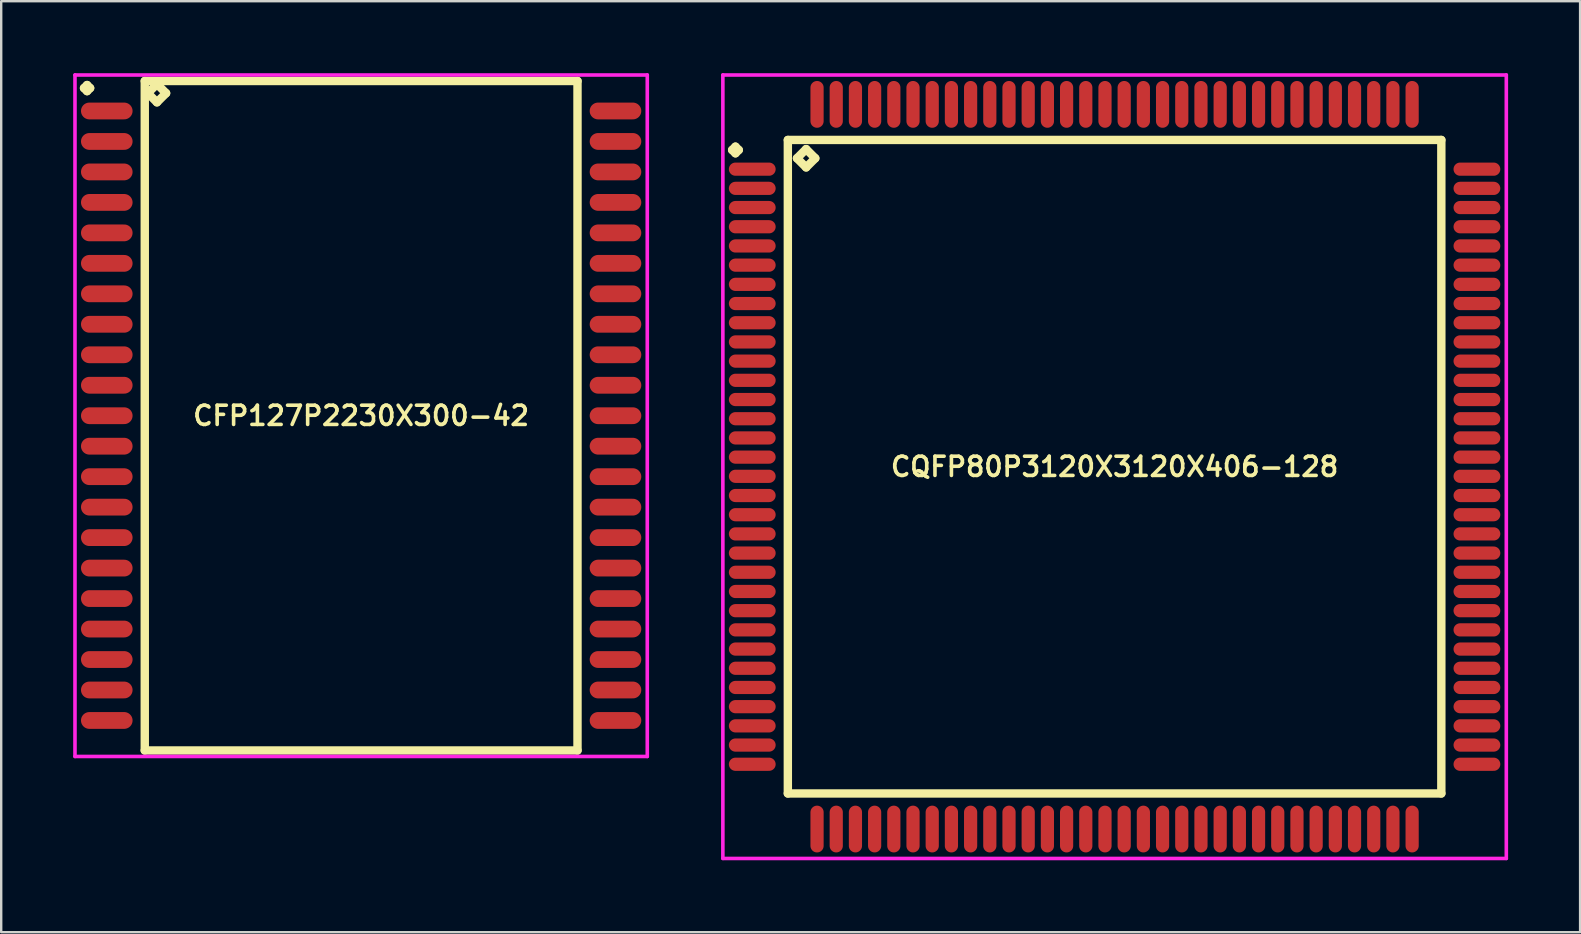
<source format=kicad_pcb>
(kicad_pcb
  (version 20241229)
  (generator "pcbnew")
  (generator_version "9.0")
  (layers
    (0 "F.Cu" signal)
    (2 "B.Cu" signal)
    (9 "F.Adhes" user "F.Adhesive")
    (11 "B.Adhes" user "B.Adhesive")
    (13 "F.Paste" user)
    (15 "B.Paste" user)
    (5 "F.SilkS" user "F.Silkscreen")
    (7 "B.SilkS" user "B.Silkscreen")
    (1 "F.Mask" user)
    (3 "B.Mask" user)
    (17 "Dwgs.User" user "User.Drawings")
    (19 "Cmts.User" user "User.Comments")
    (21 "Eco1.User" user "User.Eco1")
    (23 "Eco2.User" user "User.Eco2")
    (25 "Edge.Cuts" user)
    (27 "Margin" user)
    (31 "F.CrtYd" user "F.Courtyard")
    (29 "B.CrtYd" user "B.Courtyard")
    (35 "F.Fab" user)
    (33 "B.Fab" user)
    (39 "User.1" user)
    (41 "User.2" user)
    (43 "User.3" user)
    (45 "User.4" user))
  (footprint "CFP127P2230X300-42"
    (layer "F.Cu")
    (at 12 14.275)
    (property "Reference" "CFP127P2230X300-42" (at 0 0 0) (layer "F.SilkS") (effects (font (size 0.8 0.8) (thickness 0.15))))
    (attr smd)
    (fp_line (start -11.548 -13.654) (end -11.421 -13.781) (stroke (width 0.35) (type solid)) (layer "F.SilkS"))
    (fp_line (start -11.421 -13.781) (end -11.294 -13.654) (stroke (width 0.35) (type solid)) (layer "F.SilkS"))
    (fp_line (start -11.421 -13.527) (end -11.548 -13.654) (stroke (width 0.35) (type solid)) (layer "F.SilkS"))
    (fp_line (start -11.294 -13.654) (end -11.421 -13.527) (stroke (width 0.35) (type solid)) (layer "F.SilkS"))
    (fp_line (start -9.017 -13.95) (end -9.017 13.95) (stroke (width 0.35) (type solid)) (layer "F.SilkS"))
    (fp_line (start -9.017 13.95) (end 9.017 13.95) (stroke (width 0.35) (type solid)) (layer "F.SilkS"))
    (fp_line (start -8.89 -13.442) (end -8.509 -13.823) (stroke (width 0.35) (type solid)) (layer "F.SilkS"))
    (fp_line (start -8.509 -13.823) (end -8.128 -13.442) (stroke (width 0.35) (type solid)) (layer "F.SilkS"))
    (fp_line (start -8.509 -13.061) (end -8.89 -13.442) (stroke (width 0.35) (type solid)) (layer "F.SilkS"))
    (fp_line (start -8.128 -13.442) (end -8.509 -13.061) (stroke (width 0.35) (type solid)) (layer "F.SilkS"))
    (fp_line (start 9.017 -13.95) (end -9.017 -13.95) (stroke (width 0.35) (type solid)) (layer "F.SilkS"))
    (fp_line (start 9.017 13.95) (end 9.017 -13.95) (stroke (width 0.35) (type solid)) (layer "F.SilkS"))
    (fp_line (start -11.925 -14.2) (end 11.925 -14.2) (stroke (width 0.15) (type solid)) (layer "F.CrtYd"))
    (fp_line (start -11.925 14.2) (end -11.925 -14.2) (stroke (width 0.15) (type solid)) (layer "F.CrtYd"))
    (fp_line (start 11.925 -14.2) (end 11.925 14.2) (stroke (width 0.15) (type solid)) (layer "F.CrtYd"))
    (fp_line (start 11.925 14.2) (end -11.925 14.2) (stroke (width 0.15) (type solid)) (layer "F.CrtYd"))
    (pad "1" smd oval (at -10.6 -12.7) (size 2.15 0.7) (layers "F.Cu" "F.Mask" "F.Paste"))
    (pad "2" smd oval (at -10.6 -11.43) (size 2.15 0.7) (layers "F.Cu" "F.Mask" "F.Paste"))
    (pad "3" smd oval (at -10.6 -10.16) (size 2.15 0.7) (layers "F.Cu" "F.Mask" "F.Paste"))
    (pad "4" smd oval (at -10.6 -8.89) (size 2.15 0.7) (layers "F.Cu" "F.Mask" "F.Paste"))
    (pad "5" smd oval (at -10.6 -7.62) (size 2.15 0.7) (layers "F.Cu" "F.Mask" "F.Paste"))
    (pad "6" smd oval (at -10.6 -6.35) (size 2.15 0.7) (layers "F.Cu" "F.Mask" "F.Paste"))
    (pad "7" smd oval (at -10.6 -5.08) (size 2.15 0.7) (layers "F.Cu" "F.Mask" "F.Paste"))
    (pad "8" smd oval (at -10.6 -3.81) (size 2.15 0.7) (layers "F.Cu" "F.Mask" "F.Paste"))
    (pad "9" smd oval (at -10.6 -2.54) (size 2.15 0.7) (layers "F.Cu" "F.Mask" "F.Paste"))
    (pad "10" smd oval (at -10.6 -1.27) (size 2.15 0.7) (layers "F.Cu" "F.Mask" "F.Paste"))
    (pad "11" smd oval (at -10.6 0) (size 2.15 0.7) (layers "F.Cu" "F.Mask" "F.Paste"))
    (pad "12" smd oval (at -10.6 1.27) (size 2.15 0.7) (layers "F.Cu" "F.Mask" "F.Paste"))
    (pad "13" smd oval (at -10.6 2.54) (size 2.15 0.7) (layers "F.Cu" "F.Mask" "F.Paste"))
    (pad "14" smd oval (at -10.6 3.81) (size 2.15 0.7) (layers "F.Cu" "F.Mask" "F.Paste"))
    (pad "15" smd oval (at -10.6 5.08) (size 2.15 0.7) (layers "F.Cu" "F.Mask" "F.Paste"))
    (pad "16" smd oval (at -10.6 6.35) (size 2.15 0.7) (layers "F.Cu" "F.Mask" "F.Paste"))
    (pad "17" smd oval (at -10.6 7.62) (size 2.15 0.7) (layers "F.Cu" "F.Mask" "F.Paste"))
    (pad "18" smd oval (at -10.6 8.89) (size 2.15 0.7) (layers "F.Cu" "F.Mask" "F.Paste"))
    (pad "19" smd oval (at -10.6 10.16) (size 2.15 0.7) (layers "F.Cu" "F.Mask" "F.Paste"))
    (pad "20" smd oval (at -10.6 11.43) (size 2.15 0.7) (layers "F.Cu" "F.Mask" "F.Paste"))
    (pad "21" smd oval (at -10.6 12.7) (size 2.15 0.7) (layers "F.Cu" "F.Mask" "F.Paste"))
    (pad "22" smd oval (at 10.6 12.7) (size 2.15 0.7) (layers "F.Cu" "F.Mask" "F.Paste"))
    (pad "23" smd oval (at 10.6 11.43) (size 2.15 0.7) (layers "F.Cu" "F.Mask" "F.Paste"))
    (pad "24" smd oval (at 10.6 10.16) (size 2.15 0.7) (layers "F.Cu" "F.Mask" "F.Paste"))
    (pad "25" smd oval (at 10.6 8.89) (size 2.15 0.7) (layers "F.Cu" "F.Mask" "F.Paste"))
    (pad "26" smd oval (at 10.6 7.62) (size 2.15 0.7) (layers "F.Cu" "F.Mask" "F.Paste"))
    (pad "27" smd oval (at 10.6 6.35) (size 2.15 0.7) (layers "F.Cu" "F.Mask" "F.Paste"))
    (pad "28" smd oval (at 10.6 5.08) (size 2.15 0.7) (layers "F.Cu" "F.Mask" "F.Paste"))
    (pad "29" smd oval (at 10.6 3.81) (size 2.15 0.7) (layers "F.Cu" "F.Mask" "F.Paste"))
    (pad "30" smd oval (at 10.6 2.54) (size 2.15 0.7) (layers "F.Cu" "F.Mask" "F.Paste"))
    (pad "31" smd oval (at 10.6 1.27) (size 2.15 0.7) (layers "F.Cu" "F.Mask" "F.Paste"))
    (pad "32" smd oval (at 10.6 0) (size 2.15 0.7) (layers "F.Cu" "F.Mask" "F.Paste"))
    (pad "33" smd oval (at 10.6 -1.27) (size 2.15 0.7) (layers "F.Cu" "F.Mask" "F.Paste"))
    (pad "34" smd oval (at 10.6 -2.54) (size 2.15 0.7) (layers "F.Cu" "F.Mask" "F.Paste"))
    (pad "35" smd oval (at 10.6 -3.81) (size 2.15 0.7) (layers "F.Cu" "F.Mask" "F.Paste"))
    (pad "36" smd oval (at 10.6 -5.08) (size 2.15 0.7) (layers "F.Cu" "F.Mask" "F.Paste"))
    (pad "37" smd oval (at 10.6 -6.35) (size 2.15 0.7) (layers "F.Cu" "F.Mask" "F.Paste"))
    (pad "38" smd oval (at 10.6 -7.62) (size 2.15 0.7) (layers "F.Cu" "F.Mask" "F.Paste"))
    (pad "39" smd oval (at 10.6 -8.89) (size 2.15 0.7) (layers "F.Cu" "F.Mask" "F.Paste"))
    (pad "40" smd oval (at 10.6 -10.16) (size 2.15 0.7) (layers "F.Cu" "F.Mask" "F.Paste"))
    (pad "41" smd oval (at 10.6 -11.43) (size 2.15 0.7) (layers "F.Cu" "F.Mask" "F.Paste"))
    (pad "42" smd oval (at 10.6 -12.7) (size 2.15 0.7) (layers "F.Cu" "F.Mask" "F.Paste")))
  (footprint "CQFP80P3120X3120X406-128"
    (layer "F.Cu")
    (at 43.4 16.4)
    (property "Reference" "CQFP80P3120X3120X406-128" (at 0 0 0) (layer "F.SilkS") (effects (font (size 0.8 0.8) (thickness 0.15))))
    (attr smd)
    (fp_line (start -15.938 -13.2) (end -15.8 -13.338) (stroke (width 0.35) (type solid)) (layer "F.SilkS"))
    (fp_line (start -15.8 -13.338) (end -15.662 -13.2) (stroke (width 0.35) (type solid)) (layer "F.SilkS"))
    (fp_line (start -15.8 -13.062) (end -15.938 -13.2) (stroke (width 0.35) (type solid)) (layer "F.SilkS"))
    (fp_line (start -15.662 -13.2) (end -15.8 -13.062) (stroke (width 0.35) (type solid)) (layer "F.SilkS"))
    (fp_line (start -13.617 -13.617) (end -13.617 13.617) (stroke (width 0.35) (type solid)) (layer "F.SilkS"))
    (fp_line (start -13.617 13.617) (end 13.617 13.617) (stroke (width 0.35) (type solid)) (layer "F.SilkS"))
    (fp_line (start -13.236 -12.855) (end -12.855 -13.236) (stroke (width 0.35) (type solid)) (layer "F.SilkS"))
    (fp_line (start -12.855 -13.236) (end -12.474 -12.855) (stroke (width 0.35) (type solid)) (layer "F.SilkS"))
    (fp_line (start -12.855 -12.474) (end -13.236 -12.855) (stroke (width 0.35) (type solid)) (layer "F.SilkS"))
    (fp_line (start -12.474 -12.855) (end -12.855 -12.474) (stroke (width 0.35) (type solid)) (layer "F.SilkS"))
    (fp_line (start 13.617 -13.617) (end -13.617 -13.617) (stroke (width 0.35) (type solid)) (layer "F.SilkS"))
    (fp_line (start 13.617 13.617) (end 13.617 -13.617) (stroke (width 0.35) (type solid)) (layer "F.SilkS"))
    (fp_line (start -16.325 -16.325) (end 16.325 -16.325) (stroke (width 0.15) (type solid)) (layer "F.CrtYd"))
    (fp_line (start -16.325 16.325) (end -16.325 -16.325) (stroke (width 0.15) (type solid)) (layer "F.CrtYd"))
    (fp_line (start 16.325 -16.325) (end 16.325 16.325) (stroke (width 0.15) (type solid)) (layer "F.CrtYd"))
    (fp_line (start 16.325 16.325) (end -16.325 16.325) (stroke (width 0.15) (type solid)) (layer "F.CrtYd"))
    (pad "1" smd oval (at -15.1 -12.4) (size 1.95 0.55) (layers "F.Cu" "F.Mask" "F.Paste"))
    (pad "2" smd oval (at -15.1 -11.6) (size 1.95 0.55) (layers "F.Cu" "F.Mask" "F.Paste"))
    (pad "3" smd oval (at -15.1 -10.8) (size 1.95 0.55) (layers "F.Cu" "F.Mask" "F.Paste"))
    (pad "4" smd oval (at -15.1 -10) (size 1.95 0.55) (layers "F.Cu" "F.Mask" "F.Paste"))
    (pad "5" smd oval (at -15.1 -9.2) (size 1.95 0.55) (layers "F.Cu" "F.Mask" "F.Paste"))
    (pad "6" smd oval (at -15.1 -8.4) (size 1.95 0.55) (layers "F.Cu" "F.Mask" "F.Paste"))
    (pad "7" smd oval (at -15.1 -7.6) (size 1.95 0.55) (layers "F.Cu" "F.Mask" "F.Paste"))
    (pad "8" smd oval (at -15.1 -6.8) (size 1.95 0.55) (layers "F.Cu" "F.Mask" "F.Paste"))
    (pad "9" smd oval (at -15.1 -6) (size 1.95 0.55) (layers "F.Cu" "F.Mask" "F.Paste"))
    (pad "10" smd oval (at -15.1 -5.2) (size 1.95 0.55) (layers "F.Cu" "F.Mask" "F.Paste"))
    (pad "11" smd oval (at -15.1 -4.4) (size 1.95 0.55) (layers "F.Cu" "F.Mask" "F.Paste"))
    (pad "12" smd oval (at -15.1 -3.6) (size 1.95 0.55) (layers "F.Cu" "F.Mask" "F.Paste"))
    (pad "13" smd oval (at -15.1 -2.8) (size 1.95 0.55) (layers "F.Cu" "F.Mask" "F.Paste"))
    (pad "14" smd oval (at -15.1 -2) (size 1.95 0.55) (layers "F.Cu" "F.Mask" "F.Paste"))
    (pad "15" smd oval (at -15.1 -1.2) (size 1.95 0.55) (layers "F.Cu" "F.Mask" "F.Paste"))
    (pad "16" smd oval (at -15.1 -0.4) (size 1.95 0.55) (layers "F.Cu" "F.Mask" "F.Paste"))
    (pad "17" smd oval (at -15.1 0.4) (size 1.95 0.55) (layers "F.Cu" "F.Mask" "F.Paste"))
    (pad "18" smd oval (at -15.1 1.2) (size 1.95 0.55) (layers "F.Cu" "F.Mask" "F.Paste"))
    (pad "19" smd oval (at -15.1 2) (size 1.95 0.55) (layers "F.Cu" "F.Mask" "F.Paste"))
    (pad "20" smd oval (at -15.1 2.8) (size 1.95 0.55) (layers "F.Cu" "F.Mask" "F.Paste"))
    (pad "21" smd oval (at -15.1 3.6) (size 1.95 0.55) (layers "F.Cu" "F.Mask" "F.Paste"))
    (pad "22" smd oval (at -15.1 4.4) (size 1.95 0.55) (layers "F.Cu" "F.Mask" "F.Paste"))
    (pad "23" smd oval (at -15.1 5.2) (size 1.95 0.55) (layers "F.Cu" "F.Mask" "F.Paste"))
    (pad "24" smd oval (at -15.1 6) (size 1.95 0.55) (layers "F.Cu" "F.Mask" "F.Paste"))
    (pad "25" smd oval (at -15.1 6.8) (size 1.95 0.55) (layers "F.Cu" "F.Mask" "F.Paste"))
    (pad "26" smd oval (at -15.1 7.6) (size 1.95 0.55) (layers "F.Cu" "F.Mask" "F.Paste"))
    (pad "27" smd oval (at -15.1 8.4) (size 1.95 0.55) (layers "F.Cu" "F.Mask" "F.Paste"))
    (pad "28" smd oval (at -15.1 9.2) (size 1.95 0.55) (layers "F.Cu" "F.Mask" "F.Paste"))
    (pad "29" smd oval (at -15.1 10) (size 1.95 0.55) (layers "F.Cu" "F.Mask" "F.Paste"))
    (pad "30" smd oval (at -15.1 10.8) (size 1.95 0.55) (layers "F.Cu" "F.Mask" "F.Paste"))
    (pad "31" smd oval (at -15.1 11.6) (size 1.95 0.55) (layers "F.Cu" "F.Mask" "F.Paste"))
    (pad "32" smd oval (at -15.1 12.4) (size 1.95 0.55) (layers "F.Cu" "F.Mask" "F.Paste"))
    (pad "33" smd oval (at -12.4 15.1) (size 0.55 1.95) (layers "F.Cu" "F.Mask" "F.Paste"))
    (pad "34" smd oval (at -11.6 15.1) (size 0.55 1.95) (layers "F.Cu" "F.Mask" "F.Paste"))
    (pad "35" smd oval (at -10.8 15.1) (size 0.55 1.95) (layers "F.Cu" "F.Mask" "F.Paste"))
    (pad "36" smd oval (at -10 15.1) (size 0.55 1.95) (layers "F.Cu" "F.Mask" "F.Paste"))
    (pad "37" smd oval (at -9.2 15.1) (size 0.55 1.95) (layers "F.Cu" "F.Mask" "F.Paste"))
    (pad "38" smd oval (at -8.4 15.1) (size 0.55 1.95) (layers "F.Cu" "F.Mask" "F.Paste"))
    (pad "39" smd oval (at -7.6 15.1) (size 0.55 1.95) (layers "F.Cu" "F.Mask" "F.Paste"))
    (pad "40" smd oval (at -6.8 15.1) (size 0.55 1.95) (layers "F.Cu" "F.Mask" "F.Paste"))
    (pad "41" smd oval (at -6 15.1) (size 0.55 1.95) (layers "F.Cu" "F.Mask" "F.Paste"))
    (pad "42" smd oval (at -5.2 15.1) (size 0.55 1.95) (layers "F.Cu" "F.Mask" "F.Paste"))
    (pad "43" smd oval (at -4.4 15.1) (size 0.55 1.95) (layers "F.Cu" "F.Mask" "F.Paste"))
    (pad "44" smd oval (at -3.6 15.1) (size 0.55 1.95) (layers "F.Cu" "F.Mask" "F.Paste"))
    (pad "45" smd oval (at -2.8 15.1) (size 0.55 1.95) (layers "F.Cu" "F.Mask" "F.Paste"))
    (pad "46" smd oval (at -2 15.1) (size 0.55 1.95) (layers "F.Cu" "F.Mask" "F.Paste"))
    (pad "47" smd oval (at -1.2 15.1) (size 0.55 1.95) (layers "F.Cu" "F.Mask" "F.Paste"))
    (pad "48" smd oval (at -0.4 15.1) (size 0.55 1.95) (layers "F.Cu" "F.Mask" "F.Paste"))
    (pad "49" smd oval (at 0.4 15.1) (size 0.55 1.95) (layers "F.Cu" "F.Mask" "F.Paste"))
    (pad "50" smd oval (at 1.2 15.1) (size 0.55 1.95) (layers "F.Cu" "F.Mask" "F.Paste"))
    (pad "51" smd oval (at 2 15.1) (size 0.55 1.95) (layers "F.Cu" "F.Mask" "F.Paste"))
    (pad "52" smd oval (at 2.8 15.1) (size 0.55 1.95) (layers "F.Cu" "F.Mask" "F.Paste"))
    (pad "53" smd oval (at 3.6 15.1) (size 0.55 1.95) (layers "F.Cu" "F.Mask" "F.Paste"))
    (pad "54" smd oval (at 4.4 15.1) (size 0.55 1.95) (layers "F.Cu" "F.Mask" "F.Paste"))
    (pad "55" smd oval (at 5.2 15.1) (size 0.55 1.95) (layers "F.Cu" "F.Mask" "F.Paste"))
    (pad "56" smd oval (at 6 15.1) (size 0.55 1.95) (layers "F.Cu" "F.Mask" "F.Paste"))
    (pad "57" smd oval (at 6.8 15.1) (size 0.55 1.95) (layers "F.Cu" "F.Mask" "F.Paste"))
    (pad "58" smd oval (at 7.6 15.1) (size 0.55 1.95) (layers "F.Cu" "F.Mask" "F.Paste"))
    (pad "59" smd oval (at 8.4 15.1) (size 0.55 1.95) (layers "F.Cu" "F.Mask" "F.Paste"))
    (pad "60" smd oval (at 9.2 15.1) (size 0.55 1.95) (layers "F.Cu" "F.Mask" "F.Paste"))
    (pad "61" smd oval (at 10 15.1) (size 0.55 1.95) (layers "F.Cu" "F.Mask" "F.Paste"))
    (pad "62" smd oval (at 10.8 15.1) (size 0.55 1.95) (layers "F.Cu" "F.Mask" "F.Paste"))
    (pad "63" smd oval (at 11.6 15.1) (size 0.55 1.95) (layers "F.Cu" "F.Mask" "F.Paste"))
    (pad "64" smd oval (at 12.4 15.1) (size 0.55 1.95) (layers "F.Cu" "F.Mask" "F.Paste"))
    (pad "65" smd oval (at 15.1 12.4) (size 1.95 0.55) (layers "F.Cu" "F.Mask" "F.Paste"))
    (pad "66" smd oval (at 15.1 11.6) (size 1.95 0.55) (layers "F.Cu" "F.Mask" "F.Paste"))
    (pad "67" smd oval (at 15.1 10.8) (size 1.95 0.55) (layers "F.Cu" "F.Mask" "F.Paste"))
    (pad "68" smd oval (at 15.1 10) (size 1.95 0.55) (layers "F.Cu" "F.Mask" "F.Paste"))
    (pad "69" smd oval (at 15.1 9.2) (size 1.95 0.55) (layers "F.Cu" "F.Mask" "F.Paste"))
    (pad "70" smd oval (at 15.1 8.4) (size 1.95 0.55) (layers "F.Cu" "F.Mask" "F.Paste"))
    (pad "71" smd oval (at 15.1 7.6) (size 1.95 0.55) (layers "F.Cu" "F.Mask" "F.Paste"))
    (pad "72" smd oval (at 15.1 6.8) (size 1.95 0.55) (layers "F.Cu" "F.Mask" "F.Paste"))
    (pad "73" smd oval (at 15.1 6) (size 1.95 0.55) (layers "F.Cu" "F.Mask" "F.Paste"))
    (pad "74" smd oval (at 15.1 5.2) (size 1.95 0.55) (layers "F.Cu" "F.Mask" "F.Paste"))
    (pad "75" smd oval (at 15.1 4.4) (size 1.95 0.55) (layers "F.Cu" "F.Mask" "F.Paste"))
    (pad "76" smd oval (at 15.1 3.6) (size 1.95 0.55) (layers "F.Cu" "F.Mask" "F.Paste"))
    (pad "77" smd oval (at 15.1 2.8) (size 1.95 0.55) (layers "F.Cu" "F.Mask" "F.Paste"))
    (pad "78" smd oval (at 15.1 2) (size 1.95 0.55) (layers "F.Cu" "F.Mask" "F.Paste"))
    (pad "79" smd oval (at 15.1 1.2) (size 1.95 0.55) (layers "F.Cu" "F.Mask" "F.Paste"))
    (pad "80" smd oval (at 15.1 0.4) (size 1.95 0.55) (layers "F.Cu" "F.Mask" "F.Paste"))
    (pad "81" smd oval (at 15.1 -0.4) (size 1.95 0.55) (layers "F.Cu" "F.Mask" "F.Paste"))
    (pad "82" smd oval (at 15.1 -1.2) (size 1.95 0.55) (layers "F.Cu" "F.Mask" "F.Paste"))
    (pad "83" smd oval (at 15.1 -2) (size 1.95 0.55) (layers "F.Cu" "F.Mask" "F.Paste"))
    (pad "84" smd oval (at 15.1 -2.8) (size 1.95 0.55) (layers "F.Cu" "F.Mask" "F.Paste"))
    (pad "85" smd oval (at 15.1 -3.6) (size 1.95 0.55) (layers "F.Cu" "F.Mask" "F.Paste"))
    (pad "86" smd oval (at 15.1 -4.4) (size 1.95 0.55) (layers "F.Cu" "F.Mask" "F.Paste"))
    (pad "87" smd oval (at 15.1 -5.2) (size 1.95 0.55) (layers "F.Cu" "F.Mask" "F.Paste"))
    (pad "88" smd oval (at 15.1 -6) (size 1.95 0.55) (layers "F.Cu" "F.Mask" "F.Paste"))
    (pad "89" smd oval (at 15.1 -6.8) (size 1.95 0.55) (layers "F.Cu" "F.Mask" "F.Paste"))
    (pad "90" smd oval (at 15.1 -7.6) (size 1.95 0.55) (layers "F.Cu" "F.Mask" "F.Paste"))
    (pad "91" smd oval (at 15.1 -8.4) (size 1.95 0.55) (layers "F.Cu" "F.Mask" "F.Paste"))
    (pad "92" smd oval (at 15.1 -9.2) (size 1.95 0.55) (layers "F.Cu" "F.Mask" "F.Paste"))
    (pad "93" smd oval (at 15.1 -10) (size 1.95 0.55) (layers "F.Cu" "F.Mask" "F.Paste"))
    (pad "94" smd oval (at 15.1 -10.8) (size 1.95 0.55) (layers "F.Cu" "F.Mask" "F.Paste"))
    (pad "95" smd oval (at 15.1 -11.6) (size 1.95 0.55) (layers "F.Cu" "F.Mask" "F.Paste"))
    (pad "96" smd oval (at 15.1 -12.4) (size 1.95 0.55) (layers "F.Cu" "F.Mask" "F.Paste"))
    (pad "97" smd oval (at 12.4 -15.1) (size 0.55 1.95) (layers "F.Cu" "F.Mask" "F.Paste"))
    (pad "98" smd oval (at 11.6 -15.1) (size 0.55 1.95) (layers "F.Cu" "F.Mask" "F.Paste"))
    (pad "99" smd oval (at 10.8 -15.1) (size 0.55 1.95) (layers "F.Cu" "F.Mask" "F.Paste"))
    (pad "100" smd oval (at 10 -15.1) (size 0.55 1.95) (layers "F.Cu" "F.Mask" "F.Paste"))
    (pad "101" smd oval (at 9.2 -15.1) (size 0.55 1.95) (layers "F.Cu" "F.Mask" "F.Paste"))
    (pad "102" smd oval (at 8.4 -15.1) (size 0.55 1.95) (layers "F.Cu" "F.Mask" "F.Paste"))
    (pad "103" smd oval (at 7.6 -15.1) (size 0.55 1.95) (layers "F.Cu" "F.Mask" "F.Paste"))
    (pad "104" smd oval (at 6.8 -15.1) (size 0.55 1.95) (layers "F.Cu" "F.Mask" "F.Paste"))
    (pad "105" smd oval (at 6 -15.1) (size 0.55 1.95) (layers "F.Cu" "F.Mask" "F.Paste"))
    (pad "106" smd oval (at 5.2 -15.1) (size 0.55 1.95) (layers "F.Cu" "F.Mask" "F.Paste"))
    (pad "107" smd oval (at 4.4 -15.1) (size 0.55 1.95) (layers "F.Cu" "F.Mask" "F.Paste"))
    (pad "108" smd oval (at 3.6 -15.1) (size 0.55 1.95) (layers "F.Cu" "F.Mask" "F.Paste"))
    (pad "109" smd oval (at 2.8 -15.1) (size 0.55 1.95) (layers "F.Cu" "F.Mask" "F.Paste"))
    (pad "110" smd oval (at 2 -15.1) (size 0.55 1.95) (layers "F.Cu" "F.Mask" "F.Paste"))
    (pad "111" smd oval (at 1.2 -15.1) (size 0.55 1.95) (layers "F.Cu" "F.Mask" "F.Paste"))
    (pad "112" smd oval (at 0.4 -15.1) (size 0.55 1.95) (layers "F.Cu" "F.Mask" "F.Paste"))
    (pad "113" smd oval (at -0.4 -15.1) (size 0.55 1.95) (layers "F.Cu" "F.Mask" "F.Paste"))
    (pad "114" smd oval (at -1.2 -15.1) (size 0.55 1.95) (layers "F.Cu" "F.Mask" "F.Paste"))
    (pad "115" smd oval (at -2 -15.1) (size 0.55 1.95) (layers "F.Cu" "F.Mask" "F.Paste"))
    (pad "116" smd oval (at -2.8 -15.1) (size 0.55 1.95) (layers "F.Cu" "F.Mask" "F.Paste"))
    (pad "117" smd oval (at -3.6 -15.1) (size 0.55 1.95) (layers "F.Cu" "F.Mask" "F.Paste"))
    (pad "118" smd oval (at -4.4 -15.1) (size 0.55 1.95) (layers "F.Cu" "F.Mask" "F.Paste"))
    (pad "119" smd oval (at -5.2 -15.1) (size 0.55 1.95) (layers "F.Cu" "F.Mask" "F.Paste"))
    (pad "120" smd oval (at -6 -15.1) (size 0.55 1.95) (layers "F.Cu" "F.Mask" "F.Paste"))
    (pad "121" smd oval (at -6.8 -15.1) (size 0.55 1.95) (layers "F.Cu" "F.Mask" "F.Paste"))
    (pad "122" smd oval (at -7.6 -15.1) (size 0.55 1.95) (layers "F.Cu" "F.Mask" "F.Paste"))
    (pad "123" smd oval (at -8.4 -15.1) (size 0.55 1.95) (layers "F.Cu" "F.Mask" "F.Paste"))
    (pad "124" smd oval (at -9.2 -15.1) (size 0.55 1.95) (layers "F.Cu" "F.Mask" "F.Paste"))
    (pad "125" smd oval (at -10 -15.1) (size 0.55 1.95) (layers "F.Cu" "F.Mask" "F.Paste"))
    (pad "126" smd oval (at -10.8 -15.1) (size 0.55 1.95) (layers "F.Cu" "F.Mask" "F.Paste"))
    (pad "127" smd oval (at -11.6 -15.1) (size 0.55 1.95) (layers "F.Cu" "F.Mask" "F.Paste"))
    (pad "128" smd oval (at -12.4 -15.1) (size 0.55 1.95) (layers "F.Cu" "F.Mask" "F.Paste")))
  (gr_rect
    (start -3 -3)
    (end 62.8 35.8)
    (stroke (width 0.1) (type default))
    (fill no)
    (layer "Edge.Cuts")))
</source>
